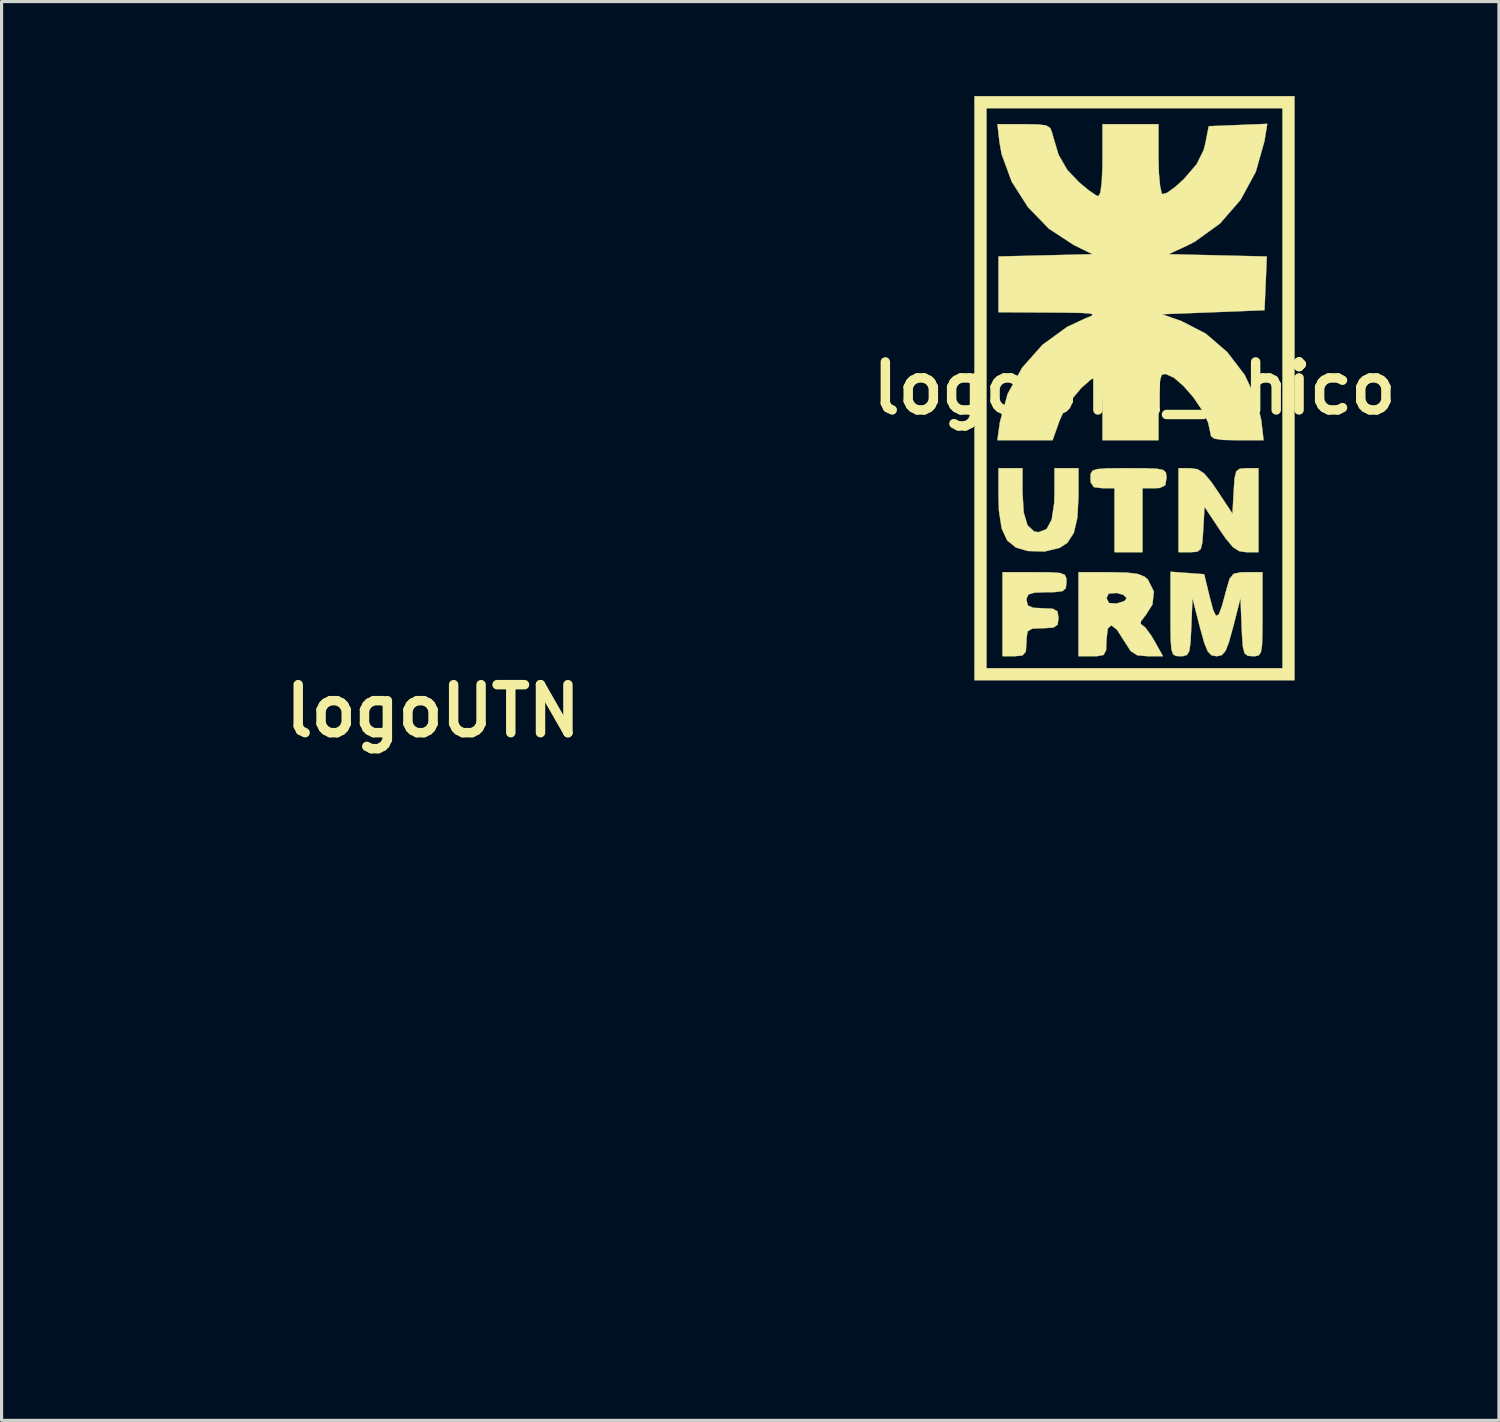
<source format=kicad_pcb>
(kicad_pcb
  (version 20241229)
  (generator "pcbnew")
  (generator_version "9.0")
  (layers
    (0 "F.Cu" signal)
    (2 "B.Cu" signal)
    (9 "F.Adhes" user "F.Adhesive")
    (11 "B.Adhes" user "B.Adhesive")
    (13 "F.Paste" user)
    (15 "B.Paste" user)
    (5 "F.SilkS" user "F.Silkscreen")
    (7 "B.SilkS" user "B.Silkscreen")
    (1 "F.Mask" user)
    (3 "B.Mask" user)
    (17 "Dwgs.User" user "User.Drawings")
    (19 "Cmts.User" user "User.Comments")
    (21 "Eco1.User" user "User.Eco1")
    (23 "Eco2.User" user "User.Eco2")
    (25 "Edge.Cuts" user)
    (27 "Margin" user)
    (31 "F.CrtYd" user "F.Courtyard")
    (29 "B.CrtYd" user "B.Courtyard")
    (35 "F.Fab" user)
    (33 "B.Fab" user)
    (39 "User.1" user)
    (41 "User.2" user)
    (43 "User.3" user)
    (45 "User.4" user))
  (footprint "logoUTN_chico"
    (layer "F.Cu")
    (at 32.97 9.276)
    (property "Reference" "logoUTN_chico" (at 0 0 0) (layer "F.SilkS") (effects (font (size 1.524 1.524) (thickness 0.3))))
    (attr through_hole)
    (fp_poly (pts (xy 5.08 9.271) (xy -5.08 9.271) (xy -5.08 -8.89) (xy -4.699 -8.89) (xy -4.699 8.89) (xy 4.699 8.89) (xy 4.699 -8.89) (xy -4.699 -8.89) (xy -5.08 -8.89) (xy -5.08 -9.271) (xy 5.08 -9.271) (xy 5.08 9.271)) (stroke (width 0.01) (type solid)) (fill yes) (layer "F.SilkS"))
    (fp_poly (pts (xy 0.368 2.542) (xy 0.721 2.557) (xy 0.915 2.597) (xy 0.997 2.675) (xy 1.016 2.804) (xy 1.016 2.857) (xy 0.975 3.084) (xy 0.801 3.167) (xy 0.635 3.175) (xy 0.254 3.175) (xy 0.254 5.207) (xy -0.635 5.207) (xy -0.635 3.175) (xy -1.016 3.175) (xy -1.288 3.141) (xy -1.388 2.996) (xy -1.397 2.857) (xy -1.389 2.71) (xy -1.332 2.618) (xy -1.179 2.567) (xy -0.882 2.545) (xy -0.395 2.54) (xy -0.191 2.54) (xy 0.368 2.542)) (stroke (width 0.01) (type solid)) (fill yes) (layer "F.SilkS"))
    (fp_poly (pts (xy -3.556 3.31) (xy -3.517 3.945) (xy -3.396 4.352) (xy -3.187 4.548) (xy -3.048 4.572) (xy -2.793 4.475) (xy -2.629 4.175) (xy -2.55 3.656) (xy -2.54 3.31) (xy -2.54 2.54) (xy -1.778 2.54) (xy -1.778 3.423) (xy -1.813 4.111) (xy -1.926 4.593) (xy -2.132 4.908) (xy -2.369 5.066) (xy -2.852 5.184) (xy -3.39 5.168) (xy -3.764 5.058) (xy -4.041 4.833) (xy -4.217 4.455) (xy -4.304 3.89) (xy -4.318 3.423) (xy -4.318 2.54) (xy -3.556 2.54) (xy -3.556 3.31)) (stroke (width 0.01) (type solid)) (fill yes) (layer "F.SilkS"))
    (fp_poly (pts (xy 2.007 2.573) (xy 2.209 2.703) (xy 2.44 2.978) (xy 2.634 3.261) (xy 3.111 3.982) (xy 3.15 3.261) (xy 3.178 2.854) (xy 3.231 2.639) (xy 3.344 2.555) (xy 3.553 2.54) (xy 3.562 2.54) (xy 3.937 2.54) (xy 3.937 5.207) (xy 3.557 5.207) (xy 3.327 5.174) (xy 3.125 5.044) (xy 2.894 4.769) (xy 2.7 4.486) (xy 2.223 3.765) (xy 2.184 4.486) (xy 2.156 4.893) (xy 2.103 5.108) (xy 1.99 5.192) (xy 1.781 5.207) (xy 1.772 5.207) (xy 1.397 5.207) (xy 1.397 2.54) (xy 1.777 2.54) (xy 2.007 2.573)) (stroke (width 0.01) (type solid)) (fill yes) (layer "F.SilkS"))
    (fp_poly (pts (xy -2.671 5.845) (xy -2.369 5.866) (xy -2.218 5.921) (xy -2.165 6.026) (xy -2.159 6.16) (xy -2.18 6.348) (xy -2.285 6.442) (xy -2.539 6.474) (xy -2.794 6.477) (xy -3.175 6.49) (xy -3.365 6.547) (xy -3.426 6.672) (xy -3.429 6.731) (xy -3.386 6.897) (xy -3.214 6.971) (xy -2.921 6.985) (xy -2.594 7.002) (xy -2.448 7.084) (xy -2.413 7.275) (xy -2.413 7.303) (xy -2.441 7.507) (xy -2.572 7.598) (xy -2.877 7.62) (xy -2.921 7.62) (xy -3.246 7.633) (xy -3.391 7.717) (xy -3.428 7.933) (xy -3.429 8.065) (xy -3.45 8.363) (xy -3.558 8.486) (xy -3.81 8.509) (xy -4.191 8.509) (xy -4.191 5.842) (xy -3.175 5.842) (xy -2.671 5.845)) (stroke (width 0.01) (type solid)) (fill yes) (layer "F.SilkS"))
    (fp_poly (pts (xy -0.242 5.854) (xy 0.105 5.897) (xy 0.321 5.985) (xy 0.425 6.074) (xy 0.614 6.451) (xy 0.572 6.864) (xy 0.359 7.199) (xy 0.206 7.397) (xy 0.198 7.492) (xy 0.208 7.493) (xy 0.341 7.594) (xy 0.53 7.851) (xy 0.62 8.001) (xy 0.905 8.509) (xy 0.421 8.509) (xy 0.09 8.479) (xy -0.121 8.346) (xy -0.316 8.043) (xy -0.318 8.041) (xy -0.558 7.664) (xy -0.737 7.527) (xy -0.849 7.632) (xy -0.889 7.978) (xy -0.889 7.99) (xy -0.902 8.32) (xy -0.981 8.468) (xy -1.19 8.508) (xy -1.333 8.509) (xy -1.778 8.509) (xy -1.778 6.668) (xy -0.889 6.668) (xy -0.808 6.82) (xy -0.568 6.835) (xy -0.327 6.761) (xy -0.246 6.668) (xy -0.355 6.559) (xy -0.568 6.5) (xy -0.82 6.521) (xy -0.889 6.668) (xy -1.778 6.668) (xy -1.778 5.842) (xy -0.782 5.842) (xy -0.242 5.854)) (stroke (width 0.01) (type solid)) (fill yes) (layer "F.SilkS"))
    (fp_poly (pts (xy 1.678 5.866) (xy 2.212 5.905) (xy 2.397 6.664) (xy 2.501 7.051) (xy 2.589 7.227) (xy 2.676 7.183) (xy 2.78 6.908) (xy 2.918 6.395) (xy 2.921 6.382) (xy 3.021 6.046) (xy 3.148 5.89) (xy 3.383 5.844) (xy 3.561 5.842) (xy 4.064 5.842) (xy 4.064 7.176) (xy 4.062 7.769) (xy 4.05 8.153) (xy 4.016 8.375) (xy 3.95 8.477) (xy 3.842 8.507) (xy 3.752 8.509) (xy 3.591 8.494) (xy 3.494 8.414) (xy 3.442 8.214) (xy 3.414 7.839) (xy 3.403 7.588) (xy 3.365 6.668) (xy 3.13 7.588) (xy 2.998 8.065) (xy 2.889 8.343) (xy 2.772 8.474) (xy 2.618 8.509) (xy 2.603 8.509) (xy 2.446 8.48) (xy 2.327 8.358) (xy 2.218 8.093) (xy 2.089 7.634) (xy 2.077 7.588) (xy 1.841 6.668) (xy 1.804 7.588) (xy 1.78 8.063) (xy 1.742 8.338) (xy 1.668 8.468) (xy 1.54 8.507) (xy 1.455 8.509) (xy 1.316 8.501) (xy 1.227 8.448) (xy 1.175 8.304) (xy 1.151 8.025) (xy 1.143 7.565) (xy 1.143 7.168) (xy 1.143 5.827) (xy 1.678 5.866)) (stroke (width 0.01) (type solid)) (fill yes) (layer "F.SilkS"))
    (fp_poly (pts (xy 4.127 -7.848) (xy 3.851 -6.87) (xy 3.369 -5.982) (xy 2.713 -5.228) (xy 1.915 -4.652) (xy 1.673 -4.529) (xy 1.079 -4.255) (xy 2.641 -4.219) (xy 4.202 -4.183) (xy 4.165 -3.33) (xy 4.128 -2.477) (xy 0.873 -2.349) (xy 1.496 -2.129) (xy 2.261 -1.735) (xy 2.943 -1.148) (xy 3.497 -0.426) (xy 3.877 0.376) (xy 4.024 1.011) (xy 4.099 1.651) (xy 3.256 1.651) (xy 2.797 1.641) (xy 2.539 1.602) (xy 2.429 1.521) (xy 2.413 1.437) (xy 2.339 1.092) (xy 2.143 0.692) (xy 1.869 0.287) (xy 1.556 -0.072) (xy 1.249 -0.336) (xy 0.987 -0.453) (xy 0.868 -0.431) (xy 0.818 -0.282) (xy 0.781 0.055) (xy 0.763 0.515) (xy 0.762 0.642) (xy 0.762 1.651) (xy -1.016 1.651) (xy -1.016 0.635) (xy -1.03 0.155) (xy -1.068 -0.2) (xy -1.123 -0.373) (xy -1.139 -0.381) (xy -1.381 -0.279) (xy -1.684 -0.013) (xy -1.994 0.353) (xy -2.255 0.756) (xy -2.379 1.028) (xy -2.6 1.651) (xy -4.353 1.651) (xy -4.274 1.079) (xy -4.028 0.18) (xy -3.565 -0.654) (xy -2.922 -1.378) (xy -2.136 -1.949) (xy -1.54 -2.226) (xy -1.369 -2.295) (xy -1.318 -2.343) (xy -1.415 -2.373) (xy -1.687 -2.391) (xy -2.163 -2.4) (xy -2.699 -2.404) (xy -4.318 -2.413) (xy -4.318 -4.183) (xy -1.333 -4.255) (xy -1.929 -4.548) (xy -2.714 -5.062) (xy -3.383 -5.751) (xy -3.898 -6.559) (xy -4.219 -7.43) (xy -4.289 -7.829) (xy -4.351 -8.382) (xy -3.511 -8.382) (xy -3.061 -8.376) (xy -2.803 -8.343) (xy -2.673 -8.259) (xy -2.611 -8.099) (xy -2.596 -8.033) (xy -2.411 -7.412) (xy -2.135 -6.934) (xy -1.763 -6.542) (xy -1.46 -6.289) (xy -1.224 -6.127) (xy -1.143 -6.096) (xy -1.082 -6.216) (xy -1.039 -6.547) (xy -1.017 -7.046) (xy -1.016 -7.239) (xy -1.016 -8.382) (xy 0.762 -8.382) (xy 0.762 -7.31) (xy 0.776 -6.812) (xy 0.813 -6.417) (xy 0.865 -6.189) (xy 0.886 -6.161) (xy 1.034 -6.204) (xy 1.294 -6.391) (xy 1.575 -6.648) (xy 1.974 -7.113) (xy 2.194 -7.556) (xy 2.248 -7.765) (xy 2.357 -8.319) (xy 4.215 -8.394) (xy 4.127 -7.848)) (stroke (width 0.01) (type solid)) (fill yes) (layer "F.SilkS")))
  (footprint "logoUTN"
    (layer "F.Cu")
    (at 10.7 19.523)
    (property "Reference" "logoUTN" (at 0 0 0) (layer "F.SilkS") (effects (font (size 1.524 1.524) (thickness 0.3))))
    (attr through_hole)
    (fp_poly (pts (xy 10.695 19.518) (xy -10.695 19.518) (xy -10.695 -18.716) (xy -9.893 -18.716) (xy -9.893 18.716) (xy 9.893 18.716) (xy 9.893 -18.716) (xy -9.893 -18.716) (xy -10.695 -18.716) (xy -10.695 -19.518) (xy 10.695 -19.518) (xy 10.695 19.518)) (stroke (width 0.01) (type solid)) (fill no) (layer "Eco2.User"))
    (fp_poly (pts (xy 0.776 5.352) (xy 1.518 5.384) (xy 1.925 5.468) (xy 2.099 5.633) (xy 2.138 5.903) (xy 2.139 6.016) (xy 2.053 6.493) (xy 1.686 6.668) (xy 1.337 6.684) (xy 0.535 6.684) (xy 0.535 10.962) (xy -1.337 10.962) (xy -1.337 6.684) (xy -2.139 6.684) (xy -2.712 6.612) (xy -2.922 6.306) (xy -2.941 6.016) (xy -2.923 5.706) (xy -2.804 5.511) (xy -2.482 5.404) (xy -1.858 5.358) (xy -0.831 5.348) (xy -0.401 5.347) (xy 0.776 5.352)) (stroke (width 0.01) (type solid)) (fill no) (layer "Eco2.User"))
    (fp_poly (pts (xy -7.486 6.969) (xy -7.404 8.305) (xy -7.15 9.162) (xy -6.71 9.575) (xy -6.417 9.625) (xy -5.879 9.422) (xy -5.534 8.79) (xy -5.367 7.697) (xy -5.347 6.969) (xy -5.347 5.347) (xy -3.743 5.347) (xy -3.743 7.206) (xy -3.816 8.655) (xy -4.054 9.669) (xy -4.488 10.333) (xy -4.988 10.665) (xy -6.004 10.913) (xy -7.138 10.88) (xy -7.924 10.649) (xy -8.507 10.175) (xy -8.877 9.379) (xy -9.06 8.189) (xy -9.091 7.206) (xy -9.091 5.347) (xy -7.486 5.347) (xy -7.486 6.969)) (stroke (width 0.01) (type solid)) (fill no) (layer "Eco2.User"))
    (fp_poly (pts (xy 4.225 5.417) (xy 4.651 5.691) (xy 5.136 6.269) (xy 5.545 6.865) (xy 6.551 8.383) (xy 6.631 6.865) (xy 6.69 6.007) (xy 6.802 5.555) (xy 7.041 5.378) (xy 7.479 5.347) (xy 7.5 5.347) (xy 8.288 5.347) (xy 8.288 10.962) (xy 7.489 10.962) (xy 7.004 10.893) (xy 6.578 10.619) (xy 6.093 10.04) (xy 5.684 9.445) (xy 4.679 7.927) (xy 4.599 9.445) (xy 4.539 10.302) (xy 4.427 10.755) (xy 4.189 10.932) (xy 3.75 10.962) (xy 3.73 10.962) (xy 2.941 10.962) (xy 2.941 5.347) (xy 3.74 5.347) (xy 4.225 5.417)) (stroke (width 0.01) (type solid)) (fill no) (layer "Eco2.User"))
    (fp_poly (pts (xy -5.623 12.306) (xy -4.988 12.35) (xy -4.669 12.465) (xy -4.558 12.686) (xy -4.545 12.967) (xy -4.589 13.364) (xy -4.81 13.562) (xy -5.346 13.629) (xy -5.882 13.636) (xy -6.684 13.664) (xy -7.084 13.783) (xy -7.213 14.047) (xy -7.219 14.171) (xy -7.129 14.52) (xy -6.767 14.675) (xy -6.149 14.705) (xy -5.46 14.742) (xy -5.154 14.914) (xy -5.08 15.315) (xy -5.08 15.374) (xy -5.138 15.804) (xy -5.414 15.996) (xy -6.056 16.042) (xy -6.149 16.042) (xy -6.834 16.07) (xy -7.139 16.245) (xy -7.217 16.702) (xy -7.219 16.978) (xy -7.264 17.607) (xy -7.49 17.864) (xy -8.021 17.914) (xy -8.823 17.914) (xy -8.823 12.299) (xy -6.684 12.299) (xy -5.623 12.306)) (stroke (width 0.01) (type solid)) (fill no) (layer "Eco2.User"))
    (fp_poly (pts (xy -0.51 12.324) (xy 0.221 12.416) (xy 0.677 12.599) (xy 0.894 12.788) (xy 1.292 13.58) (xy 1.204 14.451) (xy 0.755 15.156) (xy 0.433 15.573) (xy 0.417 15.772) (xy 0.439 15.775) (xy 0.717 15.988) (xy 1.115 16.528) (xy 1.305 16.844) (xy 1.906 17.914) (xy 0.886 17.913) (xy 0.189 17.851) (xy -0.254 17.571) (xy -0.666 16.933) (xy -0.668 16.928) (xy -1.176 16.135) (xy -1.552 15.847) (xy -1.788 16.067) (xy -1.872 16.796) (xy -1.872 16.822) (xy -1.898 17.516) (xy -2.066 17.828) (xy -2.504 17.911) (xy -2.807 17.914) (xy -3.743 17.914) (xy -3.743 14.037) (xy -1.872 14.037) (xy -1.701 14.359) (xy -1.195 14.389) (xy -0.688 14.235) (xy -0.518 14.037) (xy -0.748 13.808) (xy -1.195 13.685) (xy -1.727 13.728) (xy -1.872 14.037) (xy -3.743 14.037) (xy -3.743 12.299) (xy -1.646 12.299) (xy -0.51 12.324)) (stroke (width 0.01) (type solid)) (fill no) (layer "Eco2.User"))
    (fp_poly (pts (xy 3.532 12.35) (xy 4.657 12.433) (xy 5.046 14.029) (xy 5.266 14.845) (xy 5.45 15.216) (xy 5.633 15.122) (xy 5.852 14.544) (xy 6.143 13.463) (xy 6.15 13.435) (xy 6.36 12.728) (xy 6.627 12.399) (xy 7.122 12.304) (xy 7.497 12.299) (xy 8.556 12.299) (xy 8.556 15.106) (xy 8.552 16.355) (xy 8.526 17.165) (xy 8.455 17.631) (xy 8.316 17.847) (xy 8.089 17.91) (xy 7.899 17.914) (xy 7.559 17.883) (xy 7.356 17.714) (xy 7.246 17.292) (xy 7.187 16.504) (xy 7.164 15.975) (xy 7.085 14.037) (xy 6.589 15.975) (xy 6.312 16.978) (xy 6.081 17.564) (xy 5.835 17.84) (xy 5.512 17.913) (xy 5.481 17.914) (xy 5.149 17.852) (xy 4.899 17.596) (xy 4.669 17.038) (xy 4.398 16.072) (xy 4.374 15.975) (xy 3.877 14.037) (xy 3.798 15.975) (xy 3.747 16.975) (xy 3.666 17.554) (xy 3.513 17.828) (xy 3.242 17.909) (xy 3.063 17.914) (xy 2.771 17.898) (xy 2.582 17.786) (xy 2.473 17.483) (xy 2.422 16.895) (xy 2.407 15.926) (xy 2.406 15.091) (xy 2.406 12.268) (xy 3.532 12.35)) (stroke (width 0.01) (type solid)) (fill no) (layer "Eco2.User"))
    (fp_poly (pts (xy 8.689 -16.522) (xy 8.108 -14.462) (xy 7.093 -12.593) (xy 5.712 -11.006) (xy 4.033 -9.793) (xy 3.523 -9.535) (xy 2.273 -8.957) (xy 5.56 -8.882) (xy 8.847 -8.807) (xy 8.768 -7.01) (xy 8.689 -5.214) (xy 1.838 -4.946) (xy 3.149 -4.482) (xy 4.76 -3.652) (xy 6.195 -2.417) (xy 7.361 -0.896) (xy 8.163 0.792) (xy 8.471 2.129) (xy 8.63 3.476) (xy 6.855 3.476) (xy 5.888 3.455) (xy 5.345 3.373) (xy 5.114 3.203) (xy 5.08 3.025) (xy 4.923 2.3) (xy 4.512 1.458) (xy 3.934 0.605) (xy 3.277 -0.152) (xy 2.628 -0.707) (xy 2.077 -0.954) (xy 1.827 -0.908) (xy 1.722 -0.594) (xy 1.644 0.116) (xy 1.606 1.085) (xy 1.604 1.353) (xy 1.604 3.476) (xy -2.139 3.476) (xy -2.139 1.337) (xy -2.169 0.326) (xy -2.249 -0.422) (xy -2.364 -0.785) (xy -2.397 -0.802) (xy -2.907 -0.586) (xy -3.546 -0.028) (xy -4.198 0.743) (xy -4.746 1.592) (xy -5.007 2.165) (xy -5.473 3.476) (xy -9.163 3.476) (xy -8.998 2.272) (xy -8.48 0.379) (xy -7.506 -1.377) (xy -6.152 -2.902) (xy -4.497 -4.103) (xy -3.243 -4.685) (xy -2.883 -4.831) (xy -2.775 -4.932) (xy -2.978 -4.996) (xy -3.551 -5.034) (xy -4.554 -5.053) (xy -5.682 -5.061) (xy -9.091 -5.08) (xy -9.091 -8.806) (xy -2.807 -8.957) (xy -4.062 -9.575) (xy -5.713 -10.657) (xy -7.123 -12.108) (xy -8.207 -13.809) (xy -8.882 -15.643) (xy -9.029 -16.482) (xy -9.16 -17.646) (xy -7.392 -17.646) (xy -6.445 -17.634) (xy -5.9 -17.564) (xy -5.628 -17.387) (xy -5.496 -17.051) (xy -5.464 -16.911) (xy -5.076 -15.603) (xy -4.495 -14.598) (xy -3.711 -13.772) (xy -3.075 -13.24) (xy -2.577 -12.9) (xy -2.406 -12.834) (xy -2.278 -13.086) (xy -2.187 -13.783) (xy -2.142 -14.835) (xy -2.139 -15.24) (xy -2.139 -17.646) (xy 1.604 -17.646) (xy 1.604 -15.389) (xy 1.633 -14.341) (xy 1.711 -13.51) (xy 1.822 -13.03) (xy 1.866 -12.971) (xy 2.176 -13.06) (xy 2.723 -13.454) (xy 3.315 -13.996) (xy 4.155 -14.976) (xy 4.619 -15.908) (xy 4.732 -16.348) (xy 4.962 -17.513) (xy 6.918 -17.592) (xy 8.874 -17.671) (xy 8.689 -16.522)) (stroke (width 0.01) (type solid)) (fill no) (layer "Eco2.User")))
  (gr_rect
    (start -3 -3)
    (end 44.541 42.046)
    (stroke (width 0.1) (type default))
    (fill no)
    (layer "Edge.Cuts")))
</source>
